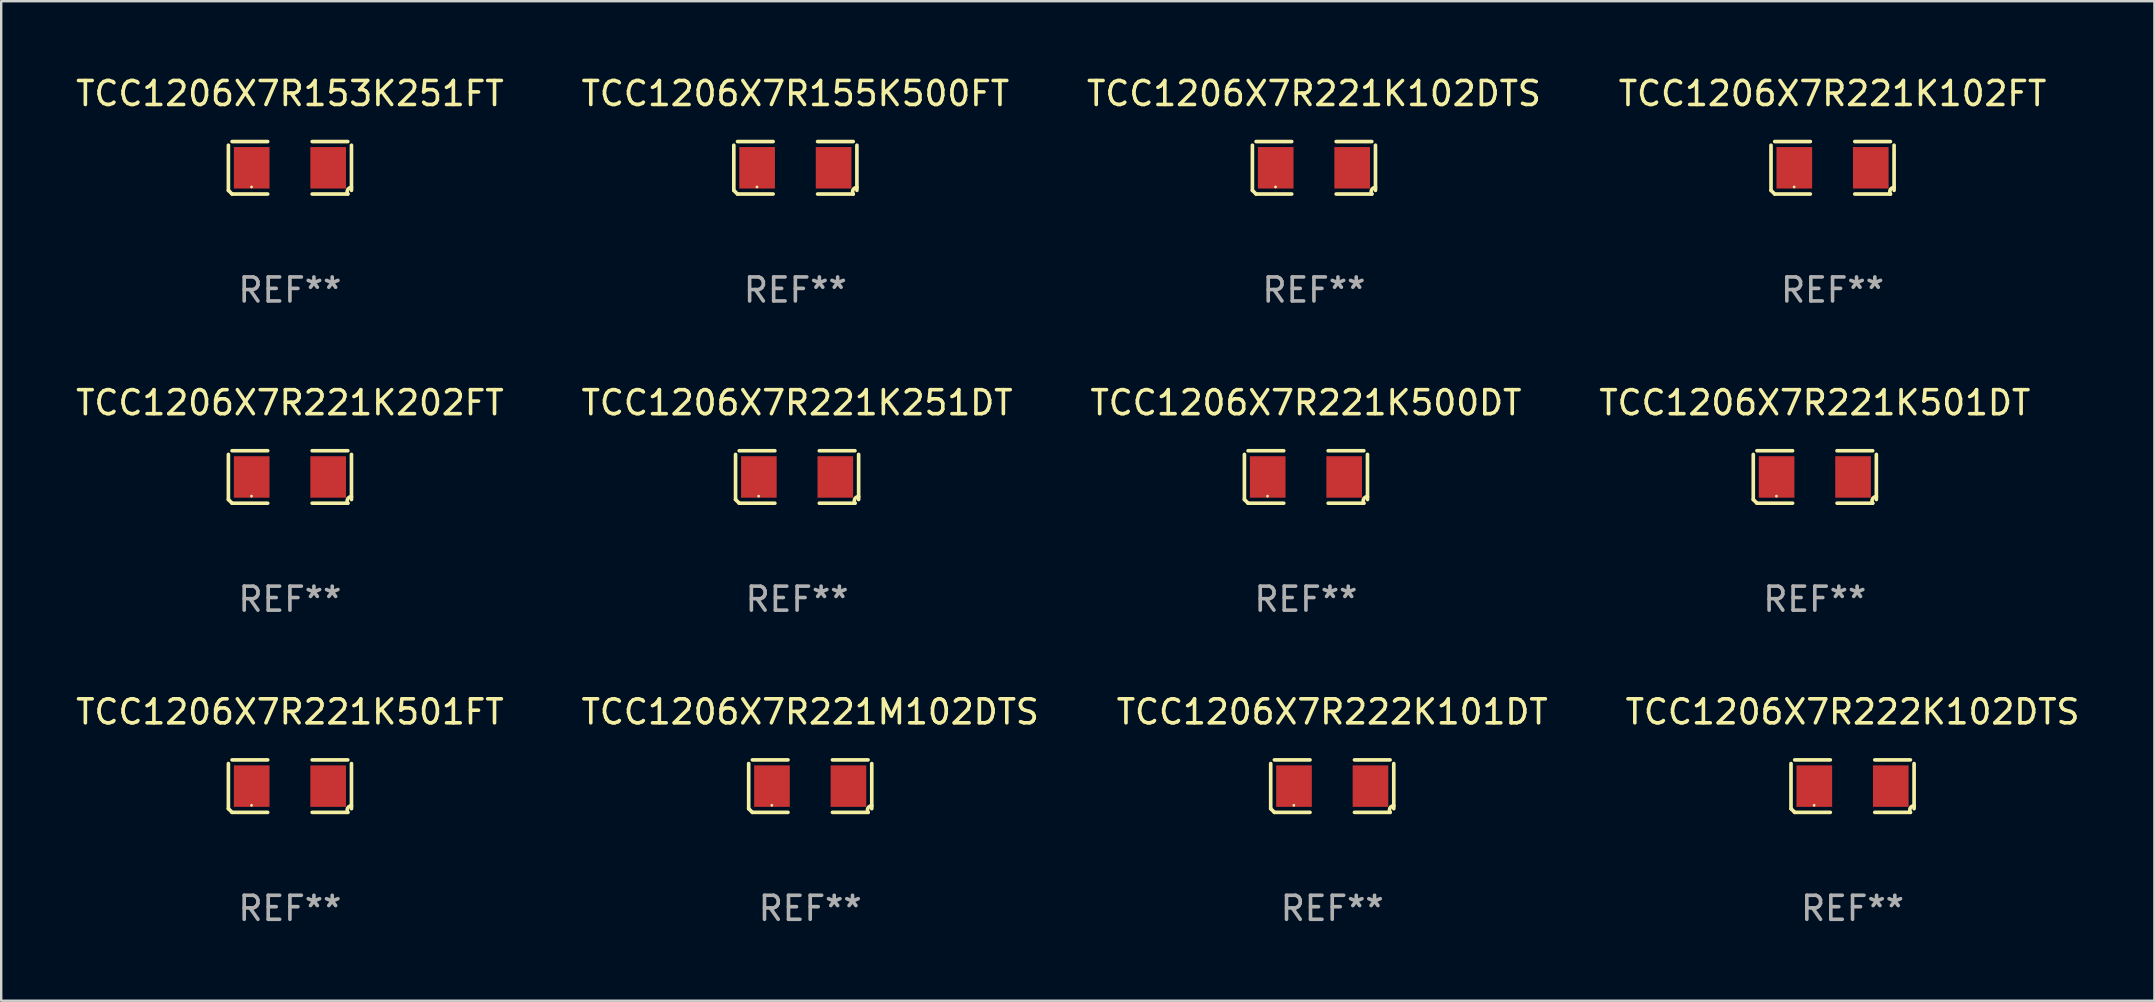
<source format=kicad_pcb>
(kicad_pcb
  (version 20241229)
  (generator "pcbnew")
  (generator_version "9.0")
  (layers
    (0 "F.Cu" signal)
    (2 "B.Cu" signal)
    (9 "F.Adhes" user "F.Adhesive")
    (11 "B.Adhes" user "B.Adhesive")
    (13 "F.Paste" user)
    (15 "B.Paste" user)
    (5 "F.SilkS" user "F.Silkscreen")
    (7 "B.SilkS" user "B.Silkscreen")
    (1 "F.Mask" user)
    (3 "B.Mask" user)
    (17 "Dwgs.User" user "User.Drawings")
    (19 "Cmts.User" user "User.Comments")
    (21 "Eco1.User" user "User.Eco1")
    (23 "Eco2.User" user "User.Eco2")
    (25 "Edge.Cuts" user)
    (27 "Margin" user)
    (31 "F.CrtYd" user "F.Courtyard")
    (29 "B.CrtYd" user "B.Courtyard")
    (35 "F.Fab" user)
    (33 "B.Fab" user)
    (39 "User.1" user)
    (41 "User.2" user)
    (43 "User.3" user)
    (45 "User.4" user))
  (footprint "TCC1206X7R222K101DT"
    (layer "F.Cu")
    (at 52.458 29.704)
    (property "Reference" "TCC1206X7R222K101DT" (at 0 -3.093 0) (layer "F.SilkS") (effects (font (size 1 1) (thickness 0.15))))
    (attr through_hole)
    (fp_line (start -2.564 0.94) (end -2.564 -0.94) (stroke (width 0.152) (type solid)) (layer "F.SilkS"))
    (fp_line (start -2.411 -1.093) (end -0.926 -1.093) (stroke (width 0.152) (type solid)) (layer "F.SilkS"))
    (fp_line (start -0.926 1.093) (end -2.411 1.093) (stroke (width 0.152) (type solid)) (layer "F.SilkS"))
    (fp_line (start 0.926 1.093) (end 2.411 1.093) (stroke (width 0.152) (type solid)) (layer "F.SilkS"))
    (fp_line (start 2.411 -1.093) (end 0.926 -1.093) (stroke (width 0.152) (type solid)) (layer "F.SilkS"))
    (fp_line (start 2.564 0.94) (end 2.564 -0.94) (stroke (width 0.152) (type solid)) (layer "F.SilkS"))
    (fp_arc (start -2.411201 1.092609) (mid -2.487413 1.01642) (end -2.563602 0.940208) (stroke (width 0.1524) (type solid)) (layer "F.SilkS"))
    (fp_arc (start 2.411201 1.092609) (mid 2.407159 0.911226) (end 2.563602 0.819347) (stroke (width 0.1524) (type solid)) (layer "F.SilkS"))
    (fp_circle (center -1.6 0.8) (end -1.57 0.8) (stroke (width 0.06) (type solid)) (fill no) (layer "F.SilkS"))
    (fp_text user "REF**" (at 0 5.093 0) (layer "F.Fab") (effects (font (size 1 1) (thickness 0.15))))
    (pad "1" smd rect (at -1.593 0) (size 1.485 1.728) (layers "F.Cu" "F.Mask" "F.Paste"))
    (pad "2" smd rect (at 1.593 0) (size 1.485 1.728) (layers "F.Cu" "F.Mask" "F.Paste")))
  (footprint "TCC1206X7R221K202FT"
    (layer "F.Cu")
    (at 9.03 16.823)
    (property "Reference" "TCC1206X7R221K202FT" (at 0 -3.093 0) (layer "F.SilkS") (effects (font (size 1 1) (thickness 0.15))))
    (attr through_hole)
    (fp_line (start -2.564 0.94) (end -2.564 -0.94) (stroke (width 0.152) (type solid)) (layer "F.SilkS"))
    (fp_line (start -2.411 -1.093) (end -0.926 -1.093) (stroke (width 0.152) (type solid)) (layer "F.SilkS"))
    (fp_line (start -0.926 1.093) (end -2.411 1.093) (stroke (width 0.152) (type solid)) (layer "F.SilkS"))
    (fp_line (start 0.926 1.093) (end 2.411 1.093) (stroke (width 0.152) (type solid)) (layer "F.SilkS"))
    (fp_line (start 2.411 -1.093) (end 0.926 -1.093) (stroke (width 0.152) (type solid)) (layer "F.SilkS"))
    (fp_line (start 2.564 0.94) (end 2.564 -0.94) (stroke (width 0.152) (type solid)) (layer "F.SilkS"))
    (fp_arc (start -2.411201 1.092609) (mid -2.487413 1.01642) (end -2.563602 0.940208) (stroke (width 0.1524) (type solid)) (layer "F.SilkS"))
    (fp_arc (start 2.411201 1.092609) (mid 2.407159 0.911226) (end 2.563602 0.819347) (stroke (width 0.1524) (type solid)) (layer "F.SilkS"))
    (fp_circle (center -1.6 0.8) (end -1.57 0.8) (stroke (width 0.06) (type solid)) (fill no) (layer "F.SilkS"))
    (fp_text user "REF**" (at 0 5.093 0) (layer "F.Fab") (effects (font (size 1 1) (thickness 0.15))))
    (pad "1" smd rect (at -1.593 0) (size 1.485 1.728) (layers "F.Cu" "F.Mask" "F.Paste"))
    (pad "2" smd rect (at 1.593 0) (size 1.485 1.728) (layers "F.Cu" "F.Mask" "F.Paste")))
  (footprint "TCC1206X7R221K500DT"
    (layer "F.Cu")
    (at 51.363 16.823)
    (property "Reference" "TCC1206X7R221K500DT" (at 0 -3.093 0) (layer "F.SilkS") (effects (font (size 1 1) (thickness 0.15))))
    (attr through_hole)
    (fp_line (start -2.564 0.94) (end -2.564 -0.94) (stroke (width 0.152) (type solid)) (layer "F.SilkS"))
    (fp_line (start -2.411 -1.093) (end -0.926 -1.093) (stroke (width 0.152) (type solid)) (layer "F.SilkS"))
    (fp_line (start -0.926 1.093) (end -2.411 1.093) (stroke (width 0.152) (type solid)) (layer "F.SilkS"))
    (fp_line (start 0.926 1.093) (end 2.411 1.093) (stroke (width 0.152) (type solid)) (layer "F.SilkS"))
    (fp_line (start 2.411 -1.093) (end 0.926 -1.093) (stroke (width 0.152) (type solid)) (layer "F.SilkS"))
    (fp_line (start 2.564 0.94) (end 2.564 -0.94) (stroke (width 0.152) (type solid)) (layer "F.SilkS"))
    (fp_arc (start -2.411201 1.092609) (mid -2.487413 1.01642) (end -2.563602 0.940208) (stroke (width 0.1524) (type solid)) (layer "F.SilkS"))
    (fp_arc (start 2.411201 1.092609) (mid 2.407159 0.911226) (end 2.563602 0.819347) (stroke (width 0.1524) (type solid)) (layer "F.SilkS"))
    (fp_circle (center -1.6 0.8) (end -1.57 0.8) (stroke (width 0.06) (type solid)) (fill no) (layer "F.SilkS"))
    (fp_text user "REF**" (at 0 5.093 0) (layer "F.Fab") (effects (font (size 1 1) (thickness 0.15))))
    (pad "1" smd rect (at -1.593 0) (size 1.485 1.728) (layers "F.Cu" "F.Mask" "F.Paste"))
    (pad "2" smd rect (at 1.593 0) (size 1.485 1.728) (layers "F.Cu" "F.Mask" "F.Paste")))
  (footprint "TCC1206X7R221K102FT"
    (layer "F.Cu")
    (at 73.304 3.941)
    (property "Reference" "TCC1206X7R221K102FT" (at 0 -3.093 0) (layer "F.SilkS") (effects (font (size 1 1) (thickness 0.15))))
    (attr through_hole)
    (fp_line (start -2.564 0.94) (end -2.564 -0.94) (stroke (width 0.152) (type solid)) (layer "F.SilkS"))
    (fp_line (start -2.411 -1.093) (end -0.926 -1.093) (stroke (width 0.152) (type solid)) (layer "F.SilkS"))
    (fp_line (start -0.926 1.093) (end -2.411 1.093) (stroke (width 0.152) (type solid)) (layer "F.SilkS"))
    (fp_line (start 0.926 1.093) (end 2.411 1.093) (stroke (width 0.152) (type solid)) (layer "F.SilkS"))
    (fp_line (start 2.411 -1.093) (end 0.926 -1.093) (stroke (width 0.152) (type solid)) (layer "F.SilkS"))
    (fp_line (start 2.564 0.94) (end 2.564 -0.94) (stroke (width 0.152) (type solid)) (layer "F.SilkS"))
    (fp_arc (start -2.411201 1.092609) (mid -2.487413 1.01642) (end -2.563602 0.940208) (stroke (width 0.1524) (type solid)) (layer "F.SilkS"))
    (fp_arc (start 2.411201 1.092609) (mid 2.407159 0.911226) (end 2.563602 0.819347) (stroke (width 0.1524) (type solid)) (layer "F.SilkS"))
    (fp_circle (center -1.6 0.8) (end -1.57 0.8) (stroke (width 0.06) (type solid)) (fill no) (layer "F.SilkS"))
    (fp_text user "REF**" (at 0 5.093 0) (layer "F.Fab") (effects (font (size 1 1) (thickness 0.15))))
    (pad "1" smd rect (at -1.593 0) (size 1.485 1.728) (layers "F.Cu" "F.Mask" "F.Paste"))
    (pad "2" smd rect (at 1.593 0) (size 1.485 1.728) (layers "F.Cu" "F.Mask" "F.Paste")))
  (footprint "TCC1206X7R222K102DTS"
    (layer "F.Cu")
    (at 74.137 29.704)
    (property "Reference" "TCC1206X7R222K102DTS" (at 0 -3.093 0) (layer "F.SilkS") (effects (font (size 1 1) (thickness 0.15))))
    (attr through_hole)
    (fp_line (start -2.564 0.94) (end -2.564 -0.94) (stroke (width 0.152) (type solid)) (layer "F.SilkS"))
    (fp_line (start -2.411 -1.093) (end -0.926 -1.093) (stroke (width 0.152) (type solid)) (layer "F.SilkS"))
    (fp_line (start -0.926 1.093) (end -2.411 1.093) (stroke (width 0.152) (type solid)) (layer "F.SilkS"))
    (fp_line (start 0.926 1.093) (end 2.411 1.093) (stroke (width 0.152) (type solid)) (layer "F.SilkS"))
    (fp_line (start 2.411 -1.093) (end 0.926 -1.093) (stroke (width 0.152) (type solid)) (layer "F.SilkS"))
    (fp_line (start 2.564 0.94) (end 2.564 -0.94) (stroke (width 0.152) (type solid)) (layer "F.SilkS"))
    (fp_arc (start -2.411201 1.092609) (mid -2.487413 1.01642) (end -2.563602 0.940208) (stroke (width 0.1524) (type solid)) (layer "F.SilkS"))
    (fp_arc (start 2.411201 1.092609) (mid 2.407159 0.911226) (end 2.563602 0.819347) (stroke (width 0.1524) (type solid)) (layer "F.SilkS"))
    (fp_circle (center -1.6 0.8) (end -1.57 0.8) (stroke (width 0.06) (type solid)) (fill no) (layer "F.SilkS"))
    (fp_text user "REF**" (at 0 5.093 0) (layer "F.Fab") (effects (font (size 1 1) (thickness 0.15))))
    (pad "1" smd rect (at -1.593 0) (size 1.485 1.728) (layers "F.Cu" "F.Mask" "F.Paste"))
    (pad "2" smd rect (at 1.593 0) (size 1.485 1.728) (layers "F.Cu" "F.Mask" "F.Paste")))
  (footprint "TCC1206X7R153K251FT"
    (layer "F.Cu")
    (at 9.03 3.941)
    (property "Reference" "TCC1206X7R153K251FT" (at 0 -3.093 0) (layer "F.SilkS") (effects (font (size 1 1) (thickness 0.15))))
    (attr through_hole)
    (fp_line (start -2.564 0.94) (end -2.564 -0.94) (stroke (width 0.152) (type solid)) (layer "F.SilkS"))
    (fp_line (start -2.411 -1.093) (end -0.926 -1.093) (stroke (width 0.152) (type solid)) (layer "F.SilkS"))
    (fp_line (start -0.926 1.093) (end -2.411 1.093) (stroke (width 0.152) (type solid)) (layer "F.SilkS"))
    (fp_line (start 0.926 1.093) (end 2.411 1.093) (stroke (width 0.152) (type solid)) (layer "F.SilkS"))
    (fp_line (start 2.411 -1.093) (end 0.926 -1.093) (stroke (width 0.152) (type solid)) (layer "F.SilkS"))
    (fp_line (start 2.564 0.94) (end 2.564 -0.94) (stroke (width 0.152) (type solid)) (layer "F.SilkS"))
    (fp_arc (start -2.411201 1.092609) (mid -2.487413 1.01642) (end -2.563602 0.940208) (stroke (width 0.1524) (type solid)) (layer "F.SilkS"))
    (fp_arc (start 2.411201 1.092609) (mid 2.407159 0.911226) (end 2.563602 0.819347) (stroke (width 0.1524) (type solid)) (layer "F.SilkS"))
    (fp_circle (center -1.6 0.8) (end -1.57 0.8) (stroke (width 0.06) (type solid)) (fill no) (layer "F.SilkS"))
    (fp_text user "REF**" (at 0 5.093 0) (layer "F.Fab") (effects (font (size 1 1) (thickness 0.15))))
    (pad "1" smd rect (at -1.593 0) (size 1.485 1.728) (layers "F.Cu" "F.Mask" "F.Paste"))
    (pad "2" smd rect (at 1.593 0) (size 1.485 1.728) (layers "F.Cu" "F.Mask" "F.Paste")))
  (footprint "TCC1206X7R221K501DT"
    (layer "F.Cu")
    (at 72.565 16.823)
    (property "Reference" "TCC1206X7R221K501DT" (at 0 -3.093 0) (layer "F.SilkS") (effects (font (size 1 1) (thickness 0.15))))
    (attr through_hole)
    (fp_line (start -2.564 0.94) (end -2.564 -0.94) (stroke (width 0.152) (type solid)) (layer "F.SilkS"))
    (fp_line (start -2.411 -1.093) (end -0.926 -1.093) (stroke (width 0.152) (type solid)) (layer "F.SilkS"))
    (fp_line (start -0.926 1.093) (end -2.411 1.093) (stroke (width 0.152) (type solid)) (layer "F.SilkS"))
    (fp_line (start 0.926 1.093) (end 2.411 1.093) (stroke (width 0.152) (type solid)) (layer "F.SilkS"))
    (fp_line (start 2.411 -1.093) (end 0.926 -1.093) (stroke (width 0.152) (type solid)) (layer "F.SilkS"))
    (fp_line (start 2.564 0.94) (end 2.564 -0.94) (stroke (width 0.152) (type solid)) (layer "F.SilkS"))
    (fp_arc (start -2.411201 1.092609) (mid -2.487413 1.01642) (end -2.563602 0.940208) (stroke (width 0.1524) (type solid)) (layer "F.SilkS"))
    (fp_arc (start 2.411201 1.092609) (mid 2.407159 0.911226) (end 2.563602 0.819347) (stroke (width 0.1524) (type solid)) (layer "F.SilkS"))
    (fp_circle (center -1.6 0.8) (end -1.57 0.8) (stroke (width 0.06) (type solid)) (fill no) (layer "F.SilkS"))
    (fp_text user "REF**" (at 0 5.093 0) (layer "F.Fab") (effects (font (size 1 1) (thickness 0.15))))
    (pad "1" smd rect (at -1.593 0) (size 1.485 1.728) (layers "F.Cu" "F.Mask" "F.Paste"))
    (pad "2" smd rect (at 1.593 0) (size 1.485 1.728) (layers "F.Cu" "F.Mask" "F.Paste")))
  (footprint "TCC1206X7R221K251DT"
    (layer "F.Cu")
    (at 30.161 16.823)
    (property "Reference" "TCC1206X7R221K251DT" (at 0 -3.093 0) (layer "F.SilkS") (effects (font (size 1 1) (thickness 0.15))))
    (attr through_hole)
    (fp_line (start -2.564 0.94) (end -2.564 -0.94) (stroke (width 0.152) (type solid)) (layer "F.SilkS"))
    (fp_line (start -2.411 -1.093) (end -0.926 -1.093) (stroke (width 0.152) (type solid)) (layer "F.SilkS"))
    (fp_line (start -0.926 1.093) (end -2.411 1.093) (stroke (width 0.152) (type solid)) (layer "F.SilkS"))
    (fp_line (start 0.926 1.093) (end 2.411 1.093) (stroke (width 0.152) (type solid)) (layer "F.SilkS"))
    (fp_line (start 2.411 -1.093) (end 0.926 -1.093) (stroke (width 0.152) (type solid)) (layer "F.SilkS"))
    (fp_line (start 2.564 0.94) (end 2.564 -0.94) (stroke (width 0.152) (type solid)) (layer "F.SilkS"))
    (fp_arc (start -2.411201 1.092609) (mid -2.487413 1.01642) (end -2.563602 0.940208) (stroke (width 0.1524) (type solid)) (layer "F.SilkS"))
    (fp_arc (start 2.411201 1.092609) (mid 2.407159 0.911226) (end 2.563602 0.819347) (stroke (width 0.1524) (type solid)) (layer "F.SilkS"))
    (fp_circle (center -1.6 0.8) (end -1.57 0.8) (stroke (width 0.06) (type solid)) (fill no) (layer "F.SilkS"))
    (fp_text user "REF**" (at 0 5.093 0) (layer "F.Fab") (effects (font (size 1 1) (thickness 0.15))))
    (pad "1" smd rect (at -1.593 0) (size 1.485 1.728) (layers "F.Cu" "F.Mask" "F.Paste"))
    (pad "2" smd rect (at 1.593 0) (size 1.485 1.728) (layers "F.Cu" "F.Mask" "F.Paste")))
  (footprint "TCC1206X7R155K500FT"
    (layer "F.Cu")
    (at 30.089 3.941)
    (property "Reference" "TCC1206X7R155K500FT" (at 0 -3.093 0) (layer "F.SilkS") (effects (font (size 1 1) (thickness 0.15))))
    (attr through_hole)
    (fp_line (start -2.564 0.94) (end -2.564 -0.94) (stroke (width 0.152) (type solid)) (layer "F.SilkS"))
    (fp_line (start -2.411 -1.093) (end -0.926 -1.093) (stroke (width 0.152) (type solid)) (layer "F.SilkS"))
    (fp_line (start -0.926 1.093) (end -2.411 1.093) (stroke (width 0.152) (type solid)) (layer "F.SilkS"))
    (fp_line (start 0.926 1.093) (end 2.411 1.093) (stroke (width 0.152) (type solid)) (layer "F.SilkS"))
    (fp_line (start 2.411 -1.093) (end 0.926 -1.093) (stroke (width 0.152) (type solid)) (layer "F.SilkS"))
    (fp_line (start 2.564 0.94) (end 2.564 -0.94) (stroke (width 0.152) (type solid)) (layer "F.SilkS"))
    (fp_arc (start -2.411201 1.092609) (mid -2.487413 1.01642) (end -2.563602 0.940208) (stroke (width 0.1524) (type solid)) (layer "F.SilkS"))
    (fp_arc (start 2.411201 1.092609) (mid 2.407159 0.911226) (end 2.563602 0.819347) (stroke (width 0.1524) (type solid)) (layer "F.SilkS"))
    (fp_circle (center -1.6 0.8) (end -1.57 0.8) (stroke (width 0.06) (type solid)) (fill no) (layer "F.SilkS"))
    (fp_text user "REF**" (at 0 5.093 0) (layer "F.Fab") (effects (font (size 1 1) (thickness 0.15))))
    (pad "1" smd rect (at -1.593 0) (size 1.485 1.728) (layers "F.Cu" "F.Mask" "F.Paste"))
    (pad "2" smd rect (at 1.593 0) (size 1.485 1.728) (layers "F.Cu" "F.Mask" "F.Paste")))
  (footprint "TCC1206X7R221K102DTS"
    (layer "F.Cu")
    (at 51.696 3.941)
    (property "Reference" "TCC1206X7R221K102DTS" (at 0 -3.093 0) (layer "F.SilkS") (effects (font (size 1 1) (thickness 0.15))))
    (attr through_hole)
    (fp_line (start -2.564 0.94) (end -2.564 -0.94) (stroke (width 0.152) (type solid)) (layer "F.SilkS"))
    (fp_line (start -2.411 -1.093) (end -0.926 -1.093) (stroke (width 0.152) (type solid)) (layer "F.SilkS"))
    (fp_line (start -0.926 1.093) (end -2.411 1.093) (stroke (width 0.152) (type solid)) (layer "F.SilkS"))
    (fp_line (start 0.926 1.093) (end 2.411 1.093) (stroke (width 0.152) (type solid)) (layer "F.SilkS"))
    (fp_line (start 2.411 -1.093) (end 0.926 -1.093) (stroke (width 0.152) (type solid)) (layer "F.SilkS"))
    (fp_line (start 2.564 0.94) (end 2.564 -0.94) (stroke (width 0.152) (type solid)) (layer "F.SilkS"))
    (fp_arc (start -2.411201 1.092609) (mid -2.487413 1.01642) (end -2.563602 0.940208) (stroke (width 0.1524) (type solid)) (layer "F.SilkS"))
    (fp_arc (start 2.411201 1.092609) (mid 2.407159 0.911226) (end 2.563602 0.819347) (stroke (width 0.1524) (type solid)) (layer "F.SilkS"))
    (fp_circle (center -1.6 0.8) (end -1.57 0.8) (stroke (width 0.06) (type solid)) (fill no) (layer "F.SilkS"))
    (fp_text user "REF**" (at 0 5.093 0) (layer "F.Fab") (effects (font (size 1 1) (thickness 0.15))))
    (pad "1" smd rect (at -1.593 0) (size 1.485 1.728) (layers "F.Cu" "F.Mask" "F.Paste"))
    (pad "2" smd rect (at 1.593 0) (size 1.485 1.728) (layers "F.Cu" "F.Mask" "F.Paste")))
  (footprint "TCC1206X7R221M102DTS"
    (layer "F.Cu")
    (at 30.708 29.704)
    (property "Reference" "TCC1206X7R221M102DTS" (at 0 -3.093 0) (layer "F.SilkS") (effects (font (size 1 1) (thickness 0.15))))
    (attr through_hole)
    (fp_line (start -2.564 0.94) (end -2.564 -0.94) (stroke (width 0.152) (type solid)) (layer "F.SilkS"))
    (fp_line (start -2.411 -1.093) (end -0.926 -1.093) (stroke (width 0.152) (type solid)) (layer "F.SilkS"))
    (fp_line (start -0.926 1.093) (end -2.411 1.093) (stroke (width 0.152) (type solid)) (layer "F.SilkS"))
    (fp_line (start 0.926 1.093) (end 2.411 1.093) (stroke (width 0.152) (type solid)) (layer "F.SilkS"))
    (fp_line (start 2.411 -1.093) (end 0.926 -1.093) (stroke (width 0.152) (type solid)) (layer "F.SilkS"))
    (fp_line (start 2.564 0.94) (end 2.564 -0.94) (stroke (width 0.152) (type solid)) (layer "F.SilkS"))
    (fp_arc (start -2.411201 1.092609) (mid -2.487413 1.01642) (end -2.563602 0.940208) (stroke (width 0.1524) (type solid)) (layer "F.SilkS"))
    (fp_arc (start 2.411201 1.092609) (mid 2.407159 0.911226) (end 2.563602 0.819347) (stroke (width 0.1524) (type solid)) (layer "F.SilkS"))
    (fp_circle (center -1.6 0.8) (end -1.57 0.8) (stroke (width 0.06) (type solid)) (fill no) (layer "F.SilkS"))
    (fp_text user "REF**" (at 0 5.093 0) (layer "F.Fab") (effects (font (size 1 1) (thickness 0.15))))
    (pad "1" smd rect (at -1.593 0) (size 1.485 1.728) (layers "F.Cu" "F.Mask" "F.Paste"))
    (pad "2" smd rect (at 1.593 0) (size 1.485 1.728) (layers "F.Cu" "F.Mask" "F.Paste")))
  (footprint "TCC1206X7R221K501FT"
    (layer "F.Cu")
    (at 9.03 29.704)
    (property "Reference" "TCC1206X7R221K501FT" (at 0 -3.093 0) (layer "F.SilkS") (effects (font (size 1 1) (thickness 0.15))))
    (attr through_hole)
    (fp_line (start -2.564 0.94) (end -2.564 -0.94) (stroke (width 0.152) (type solid)) (layer "F.SilkS"))
    (fp_line (start -2.411 -1.093) (end -0.926 -1.093) (stroke (width 0.152) (type solid)) (layer "F.SilkS"))
    (fp_line (start -0.926 1.093) (end -2.411 1.093) (stroke (width 0.152) (type solid)) (layer "F.SilkS"))
    (fp_line (start 0.926 1.093) (end 2.411 1.093) (stroke (width 0.152) (type solid)) (layer "F.SilkS"))
    (fp_line (start 2.411 -1.093) (end 0.926 -1.093) (stroke (width 0.152) (type solid)) (layer "F.SilkS"))
    (fp_line (start 2.564 0.94) (end 2.564 -0.94) (stroke (width 0.152) (type solid)) (layer "F.SilkS"))
    (fp_arc (start -2.411201 1.092609) (mid -2.487413 1.01642) (end -2.563602 0.940208) (stroke (width 0.1524) (type solid)) (layer "F.SilkS"))
    (fp_arc (start 2.411201 1.092609) (mid 2.407159 0.911226) (end 2.563602 0.819347) (stroke (width 0.1524) (type solid)) (layer "F.SilkS"))
    (fp_circle (center -1.6 0.8) (end -1.57 0.8) (stroke (width 0.06) (type solid)) (fill no) (layer "F.SilkS"))
    (fp_text user "REF**" (at 0 5.093 0) (layer "F.Fab") (effects (font (size 1 1) (thickness 0.15))))
    (pad "1" smd rect (at -1.593 0) (size 1.485 1.728) (layers "F.Cu" "F.Mask" "F.Paste"))
    (pad "2" smd rect (at 1.593 0) (size 1.485 1.728) (layers "F.Cu" "F.Mask" "F.Paste")))
  (gr_rect
    (start -3 -3)
    (end 86.714 38.645)
    (stroke (width 0.1) (type default))
    (fill no)
    (layer "Edge.Cuts")))
</source>
